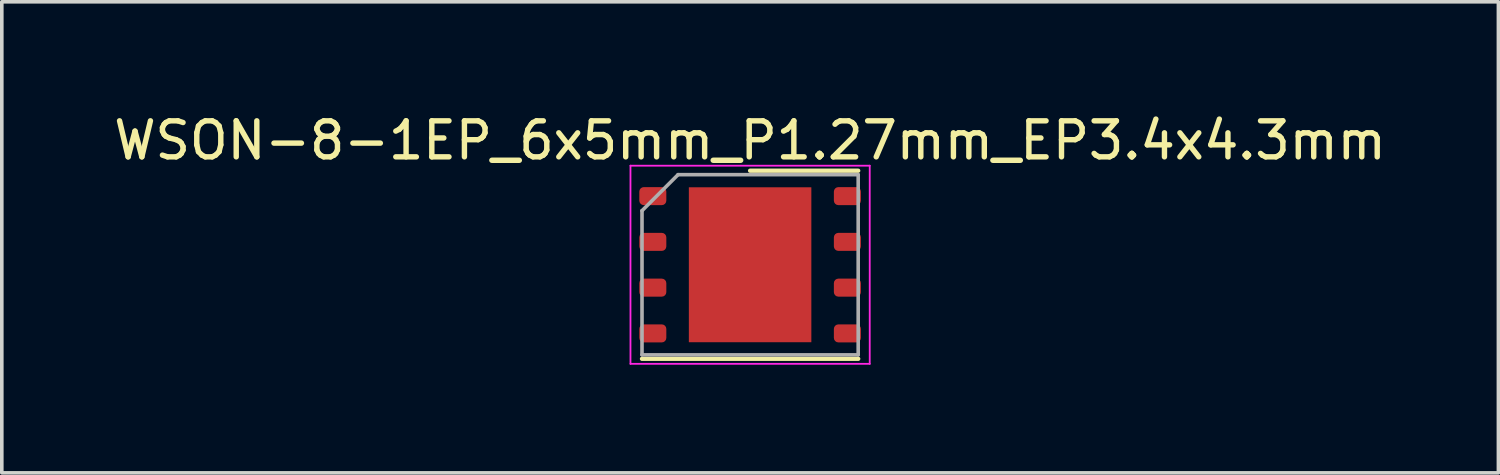
<source format=kicad_pcb>
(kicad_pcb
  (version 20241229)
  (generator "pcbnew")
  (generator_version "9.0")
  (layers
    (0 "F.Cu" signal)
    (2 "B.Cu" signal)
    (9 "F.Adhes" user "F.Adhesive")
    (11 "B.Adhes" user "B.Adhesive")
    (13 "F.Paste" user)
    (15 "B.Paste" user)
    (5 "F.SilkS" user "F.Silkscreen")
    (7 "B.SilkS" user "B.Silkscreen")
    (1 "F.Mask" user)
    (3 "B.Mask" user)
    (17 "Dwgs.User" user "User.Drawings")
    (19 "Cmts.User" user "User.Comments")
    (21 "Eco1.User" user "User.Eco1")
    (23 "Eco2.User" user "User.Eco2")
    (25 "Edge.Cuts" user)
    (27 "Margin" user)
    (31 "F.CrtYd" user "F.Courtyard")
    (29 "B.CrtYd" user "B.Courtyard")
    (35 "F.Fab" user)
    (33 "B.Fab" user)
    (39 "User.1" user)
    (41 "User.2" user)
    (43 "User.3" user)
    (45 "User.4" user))
  (footprint "WSON-8-1EP_6x5mm_P1.27mm_EP3.4x4.3mm"
    (layer "F.Cu")
    (at 17.768 4.298)
    (property "Reference" "WSON-8-1EP_6x5mm_P1.27mm_EP3.4x4.3mm" (at 0 -3.45 0) (layer "F.SilkS") (effects (font (size 1 1) (thickness 0.15))))
    (attr smd)
    (fp_line (start -3 2.61) (end 3 2.61) (stroke (width 0.12) (type solid)) (layer "F.SilkS"))
    (fp_line (start 0 -2.61) (end 3 -2.61) (stroke (width 0.12) (type solid)) (layer "F.SilkS"))
    (fp_line (start -3.32 -2.75) (end -3.32 2.75) (stroke (width 0.05) (type solid)) (layer "F.CrtYd"))
    (fp_line (start -3.32 2.75) (end 3.32 2.75) (stroke (width 0.05) (type solid)) (layer "F.CrtYd"))
    (fp_line (start 3.32 -2.75) (end -3.32 -2.75) (stroke (width 0.05) (type solid)) (layer "F.CrtYd"))
    (fp_line (start 3.32 2.75) (end 3.32 -2.75) (stroke (width 0.05) (type solid)) (layer "F.CrtYd"))
    (fp_line (start -3 -1.5) (end -2 -2.5) (stroke (width 0.1) (type solid)) (layer "F.Fab"))
    (fp_line (start -3 2.5) (end -3 -1.5) (stroke (width 0.1) (type solid)) (layer "F.Fab"))
    (fp_line (start -2 -2.5) (end 3 -2.5) (stroke (width 0.1) (type solid)) (layer "F.Fab"))
    (fp_line (start 3 -2.5) (end 3 2.5) (stroke (width 0.1) (type solid)) (layer "F.Fab"))
    (fp_line (start 3 2.5) (end -3 2.5) (stroke (width 0.1) (type solid)) (layer "F.Fab"))
    (pad "" smd roundrect (at -0.85 -1.075) (size 1.37 1.73) (layers "F.Paste") (roundrect_rratio 0.182))
    (pad "" smd roundrect (at -0.85 1.075) (size 1.37 1.73) (layers "F.Paste") (roundrect_rratio 0.182))
    (pad "" smd roundrect (at 0.85 -1.075) (size 1.37 1.73) (layers "F.Paste") (roundrect_rratio 0.182))
    (pad "" smd roundrect (at 0.85 1.075) (size 1.37 1.73) (layers "F.Paste") (roundrect_rratio 0.182))
    (pad "1" smd roundrect (at -2.7 -1.905) (size 0.75 0.5) (layers "F.Cu" "F.Mask" "F.Paste") (roundrect_rratio 0.25))
    (pad "2" smd roundrect (at -2.7 -0.635) (size 0.75 0.5) (layers "F.Cu" "F.Mask" "F.Paste") (roundrect_rratio 0.25))
    (pad "3" smd roundrect (at -2.7 0.635) (size 0.75 0.5) (layers "F.Cu" "F.Mask" "F.Paste") (roundrect_rratio 0.25))
    (pad "4" smd roundrect (at -2.7 1.905) (size 0.75 0.5) (layers "F.Cu" "F.Mask" "F.Paste") (roundrect_rratio 0.25))
    (pad "5" smd roundrect (at 2.7 1.905) (size 0.75 0.5) (layers "F.Cu" "F.Mask" "F.Paste") (roundrect_rratio 0.25))
    (pad "6" smd roundrect (at 2.7 0.635) (size 0.75 0.5) (layers "F.Cu" "F.Mask" "F.Paste") (roundrect_rratio 0.25))
    (pad "7" smd roundrect (at 2.7 -0.635) (size 0.75 0.5) (layers "F.Cu" "F.Mask" "F.Paste") (roundrect_rratio 0.25))
    (pad "8" smd roundrect (at 2.7 -1.905) (size 0.75 0.5) (layers "F.Cu" "F.Mask" "F.Paste") (roundrect_rratio 0.25))
    (pad "9" smd rect (at 0 0) (size 3.4 4.3) (layers "F.Cu" "F.Mask")))
  (gr_rect
    (start -3 -3)
    (end 38.536 10.073)
    (stroke (width 0.1) (type default))
    (fill no)
    (layer "Edge.Cuts")))
</source>
